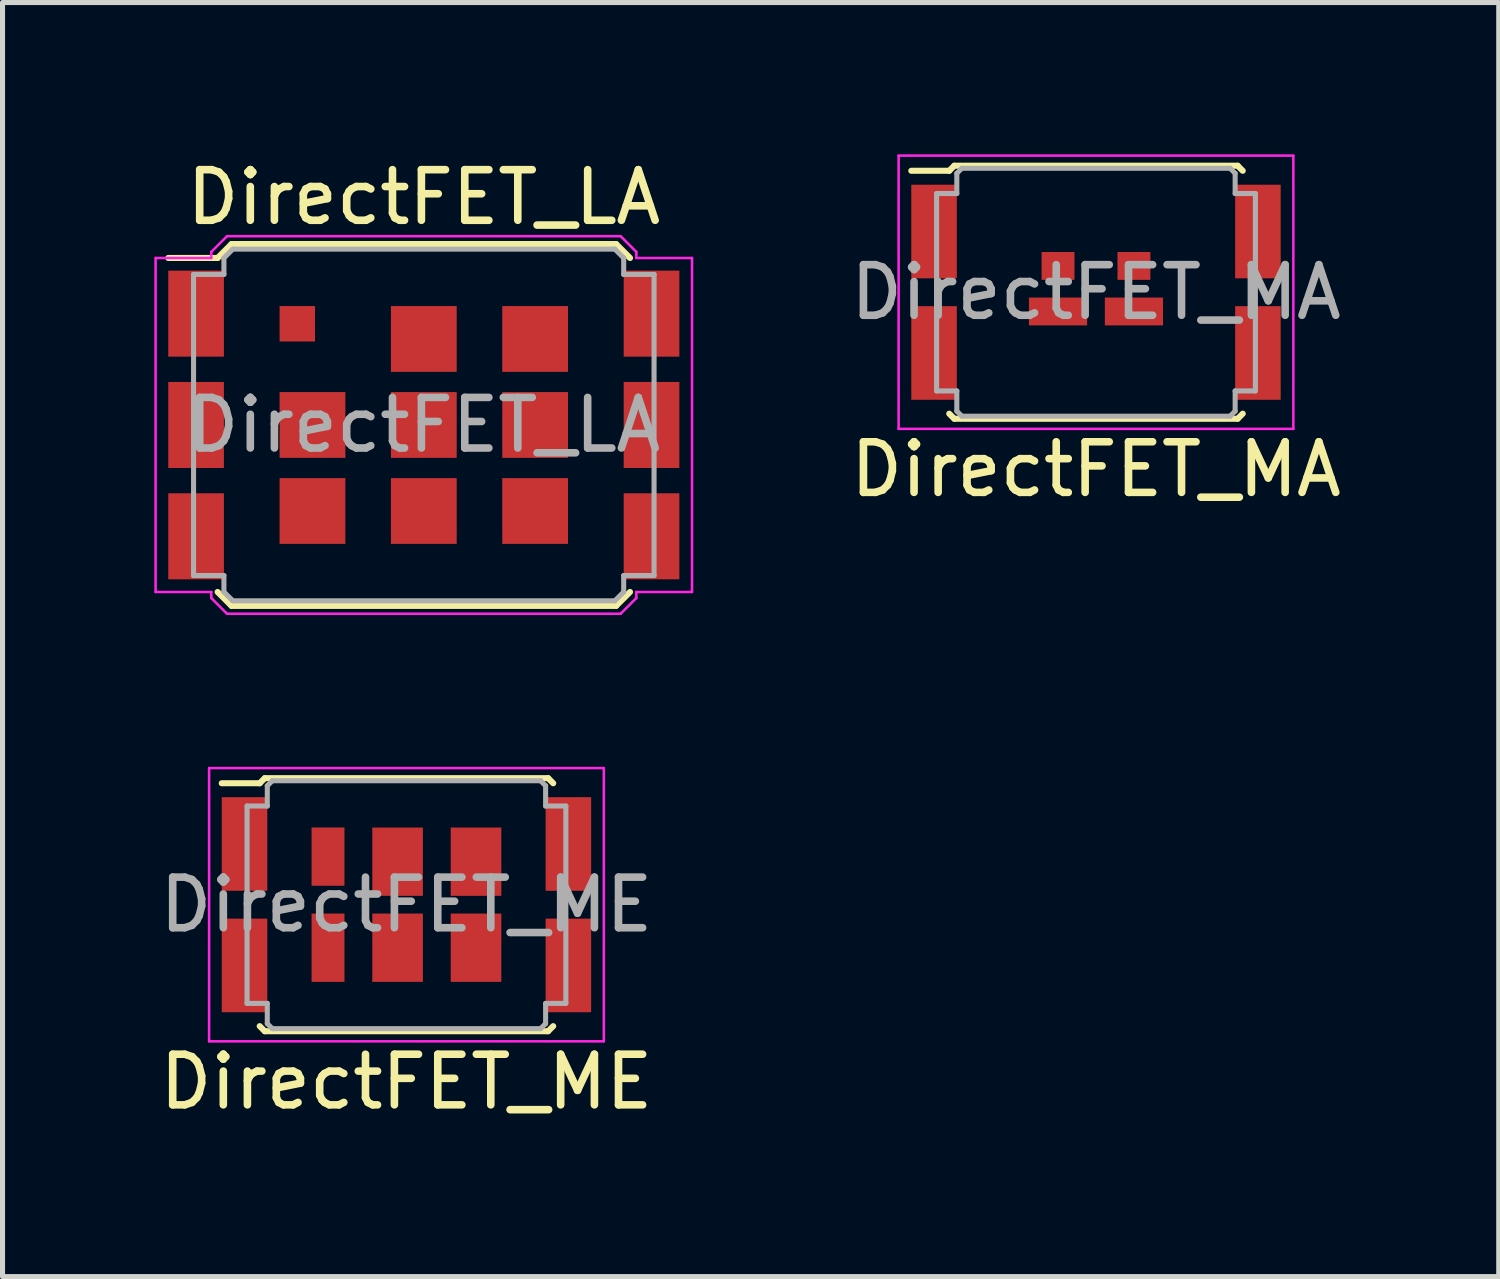
<source format=kicad_pcb>
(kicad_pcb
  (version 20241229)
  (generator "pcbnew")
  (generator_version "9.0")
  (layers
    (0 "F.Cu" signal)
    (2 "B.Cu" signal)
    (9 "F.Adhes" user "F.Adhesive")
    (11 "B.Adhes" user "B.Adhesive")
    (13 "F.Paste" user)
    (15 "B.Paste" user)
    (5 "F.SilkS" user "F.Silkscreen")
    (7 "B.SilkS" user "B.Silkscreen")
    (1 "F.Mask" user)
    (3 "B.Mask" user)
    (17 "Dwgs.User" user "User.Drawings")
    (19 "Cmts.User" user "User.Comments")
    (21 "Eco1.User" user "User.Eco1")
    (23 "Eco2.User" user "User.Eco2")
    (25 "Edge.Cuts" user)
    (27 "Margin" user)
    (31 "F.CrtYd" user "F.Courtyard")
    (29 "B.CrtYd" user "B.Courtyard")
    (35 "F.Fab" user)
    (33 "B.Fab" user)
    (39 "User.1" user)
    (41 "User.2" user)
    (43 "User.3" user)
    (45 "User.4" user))
  (footprint "DirectFET_MA"
    (layer "F.Cu")
    (at 18.608 2.725)
    (property "Reference" "DirectFET_MA" (at 0 3.5 0) (layer "F.SilkS") (effects (font (size 1 1) (thickness 0.15))))
    (attr smd)
    (fp_line (start -3.65 -2.4) (end -2.9 -2.4) (stroke (width 0.12) (type solid)) (layer "F.SilkS"))
    (fp_line (start -2.9 -2.4) (end -2.8 -2.5) (stroke (width 0.12) (type solid)) (layer "F.SilkS"))
    (fp_line (start -2.8 -2.5) (end 2.8 -2.5) (stroke (width 0.12) (type solid)) (layer "F.SilkS"))
    (fp_line (start -2.8 2.5) (end -2.9 2.4) (stroke (width 0.12) (type solid)) (layer "F.SilkS"))
    (fp_line (start 2.8 -2.5) (end 2.9 -2.4) (stroke (width 0.12) (type solid)) (layer "F.SilkS"))
    (fp_line (start 2.8 2.5) (end -2.8 2.5) (stroke (width 0.12) (type solid)) (layer "F.SilkS"))
    (fp_line (start 2.9 2.4) (end 2.8 2.5) (stroke (width 0.12) (type solid)) (layer "F.SilkS"))
    (fp_line (start -3.9 -2.7) (end -3.9 2.7) (stroke (width 0.05) (type solid)) (layer "F.CrtYd"))
    (fp_line (start -3.9 2.7) (end 3.9 2.7) (stroke (width 0.05) (type solid)) (layer "F.CrtYd"))
    (fp_line (start 3.9 -2.7) (end -3.9 -2.7) (stroke (width 0.05) (type solid)) (layer "F.CrtYd"))
    (fp_line (start 3.9 2.7) (end 3.9 -2.7) (stroke (width 0.05) (type solid)) (layer "F.CrtYd"))
    (fp_line (start -3.15 -1.95) (end -2.75 -1.95) (stroke (width 0.1) (type solid)) (layer "F.Fab"))
    (fp_line (start -3.15 1.95) (end -3.15 -1.95) (stroke (width 0.1) (type solid)) (layer "F.Fab"))
    (fp_line (start -3.15 1.95) (end -2.75 1.95) (stroke (width 0.1) (type solid)) (layer "F.Fab"))
    (fp_line (start -2.75 -2.35) (end -2.65 -2.45) (stroke (width 0.1) (type solid)) (layer "F.Fab"))
    (fp_line (start -2.75 -1.95) (end -2.75 -2.35) (stroke (width 0.1) (type solid)) (layer "F.Fab"))
    (fp_line (start -2.75 1.95) (end -2.75 2.35) (stroke (width 0.1) (type solid)) (layer "F.Fab"))
    (fp_line (start -2.75 2.35) (end -2.65 2.45) (stroke (width 0.1) (type solid)) (layer "F.Fab"))
    (fp_line (start -2.65 2.45) (end 2.65 2.45) (stroke (width 0.1) (type solid)) (layer "F.Fab"))
    (fp_line (start 2.65 -2.45) (end -2.65 -2.45) (stroke (width 0.1) (type solid)) (layer "F.Fab"))
    (fp_line (start 2.65 -2.45) (end 2.75 -2.35) (stroke (width 0.1) (type solid)) (layer "F.Fab"))
    (fp_line (start 2.75 -2.35) (end 2.75 -1.95) (stroke (width 0.1) (type solid)) (layer "F.Fab"))
    (fp_line (start 2.75 -1.95) (end 3.15 -1.95) (stroke (width 0.1) (type solid)) (layer "F.Fab"))
    (fp_line (start 2.75 1.95) (end 2.75 2.35) (stroke (width 0.1) (type solid)) (layer "F.Fab"))
    (fp_line (start 2.75 2.35) (end 2.65 2.45) (stroke (width 0.1) (type solid)) (layer "F.Fab"))
    (fp_line (start 3.15 -1.95) (end 3.15 1.95) (stroke (width 0.1) (type solid)) (layer "F.Fab"))
    (fp_line (start 3.15 1.95) (end 2.75 1.95) (stroke (width 0.1) (type solid)) (layer "F.Fab"))
    (fp_text user "${REFERENCE}" (at 0 0 0) (layer "F.Fab") (effects (font (size 1 1) (thickness 0.15))))
    (pad "1" smd rect (at -3.2 -1.2) (size 0.9 1.85) (layers "F.Cu" "F.Mask" "F.Paste"))
    (pad "1" smd rect (at -3.2 1.2) (size 0.9 1.85) (layers "F.Cu" "F.Mask" "F.Paste"))
    (pad "1" smd rect (at 3.2 -1.2) (size 0.9 1.85) (layers "F.Cu" "F.Mask" "F.Paste"))
    (pad "1" smd rect (at 3.2 1.2) (size 0.9 1.85) (layers "F.Cu" "F.Mask" "F.Paste"))
    (pad "2" smd rect (at -0.75 -0.52) (size 0.65 0.55) (layers "F.Cu" "F.Mask" "F.Paste"))
    (pad "2" smd rect (at 0.75 -0.52) (size 0.65 0.55) (layers "F.Cu" "F.Mask" "F.Paste"))
    (pad "3" smd rect (at -0.75 0.38) (size 1.15 0.55) (layers "F.Cu" "F.Mask" "F.Paste"))
    (pad "3" smd rect (at 0.75 0.38) (size 1.15 0.55) (layers "F.Cu" "F.Mask" "F.Paste")))
  (footprint "DirectFET_ME"
    (layer "F.Cu")
    (at 4.982 14.828)
    (property "Reference" "DirectFET_ME" (at 0 3.5 0) (layer "F.SilkS") (effects (font (size 1 1) (thickness 0.15))))
    (attr smd)
    (fp_line (start -3.65 -2.4) (end -2.9 -2.4) (stroke (width 0.12) (type solid)) (layer "F.SilkS"))
    (fp_line (start -2.9 -2.4) (end -2.8 -2.5) (stroke (width 0.12) (type solid)) (layer "F.SilkS"))
    (fp_line (start -2.8 -2.5) (end 2.8 -2.5) (stroke (width 0.12) (type solid)) (layer "F.SilkS"))
    (fp_line (start -2.8 2.5) (end -2.9 2.4) (stroke (width 0.12) (type solid)) (layer "F.SilkS"))
    (fp_line (start 2.8 -2.5) (end 2.9 -2.4) (stroke (width 0.12) (type solid)) (layer "F.SilkS"))
    (fp_line (start 2.8 2.5) (end -2.8 2.5) (stroke (width 0.12) (type solid)) (layer "F.SilkS"))
    (fp_line (start 2.9 2.4) (end 2.8 2.5) (stroke (width 0.12) (type solid)) (layer "F.SilkS"))
    (fp_line (start -3.9 -2.7) (end -3.9 2.7) (stroke (width 0.05) (type solid)) (layer "F.CrtYd"))
    (fp_line (start -3.9 2.7) (end 3.9 2.7) (stroke (width 0.05) (type solid)) (layer "F.CrtYd"))
    (fp_line (start 3.9 -2.7) (end -3.9 -2.7) (stroke (width 0.05) (type solid)) (layer "F.CrtYd"))
    (fp_line (start 3.9 2.7) (end 3.9 -2.7) (stroke (width 0.05) (type solid)) (layer "F.CrtYd"))
    (fp_line (start -3.15 -1.95) (end -2.75 -1.95) (stroke (width 0.1) (type solid)) (layer "F.Fab"))
    (fp_line (start -3.15 1.95) (end -3.15 -1.95) (stroke (width 0.1) (type solid)) (layer "F.Fab"))
    (fp_line (start -3.15 1.95) (end -2.75 1.95) (stroke (width 0.1) (type solid)) (layer "F.Fab"))
    (fp_line (start -2.75 -2.35) (end -2.65 -2.45) (stroke (width 0.1) (type solid)) (layer "F.Fab"))
    (fp_line (start -2.75 -1.95) (end -2.75 -2.35) (stroke (width 0.1) (type solid)) (layer "F.Fab"))
    (fp_line (start -2.75 1.95) (end -2.75 2.35) (stroke (width 0.1) (type solid)) (layer "F.Fab"))
    (fp_line (start -2.75 2.35) (end -2.65 2.45) (stroke (width 0.1) (type solid)) (layer "F.Fab"))
    (fp_line (start -2.65 2.45) (end 2.65 2.45) (stroke (width 0.1) (type solid)) (layer "F.Fab"))
    (fp_line (start 2.65 -2.45) (end -2.65 -2.45) (stroke (width 0.1) (type solid)) (layer "F.Fab"))
    (fp_line (start 2.65 -2.45) (end 2.75 -2.35) (stroke (width 0.1) (type solid)) (layer "F.Fab"))
    (fp_line (start 2.75 -2.35) (end 2.75 -1.95) (stroke (width 0.1) (type solid)) (layer "F.Fab"))
    (fp_line (start 2.75 -1.95) (end 3.15 -1.95) (stroke (width 0.1) (type solid)) (layer "F.Fab"))
    (fp_line (start 2.75 1.95) (end 2.75 2.35) (stroke (width 0.1) (type solid)) (layer "F.Fab"))
    (fp_line (start 2.75 2.35) (end 2.65 2.45) (stroke (width 0.1) (type solid)) (layer "F.Fab"))
    (fp_line (start 3.15 -1.95) (end 3.15 1.95) (stroke (width 0.1) (type solid)) (layer "F.Fab"))
    (fp_line (start 3.15 1.95) (end 2.75 1.95) (stroke (width 0.1) (type solid)) (layer "F.Fab"))
    (fp_text user "${REFERENCE}" (at 0 0 0) (layer "F.Fab") (effects (font (size 1 1) (thickness 0.15))))
    (pad "1" smd rect (at -3.2 -1.2) (size 0.9 1.85) (layers "F.Cu" "F.Mask" "F.Paste"))
    (pad "1" smd rect (at -3.2 1.2) (size 0.9 1.85) (layers "F.Cu" "F.Mask" "F.Paste"))
    (pad "1" smd rect (at 3.2 -1.2) (size 0.9 1.85) (layers "F.Cu" "F.Mask" "F.Paste"))
    (pad "1" smd rect (at 3.2 1.2) (size 0.9 1.85) (layers "F.Cu" "F.Mask" "F.Paste"))
    (pad "2" smd rect (at -1.55 -0.95) (size 0.65 1.151) (layers "F.Cu" "F.Mask" "F.Paste"))
    (pad "3" smd rect (at -1.55 0.85) (size 0.65 1.35) (layers "F.Cu" "F.Mask" "F.Paste"))
    (pad "3" smd rect (at -0.175 -0.85) (size 1 1.35) (layers "F.Cu" "F.Mask" "F.Paste"))
    (pad "3" smd rect (at -0.175 0.85) (size 1 1.35) (layers "F.Cu" "F.Mask" "F.Paste"))
    (pad "3" smd rect (at 1.375 -0.85) (size 1 1.35) (layers "F.Cu" "F.Mask" "F.Paste"))
    (pad "3" smd rect (at 1.375 0.85) (size 1 1.35) (layers "F.Cu" "F.Mask" "F.Paste")))
  (footprint "DirectFET_LA"
    (layer "F.Cu")
    (at 5.325 5.348)
    (property "Reference" "DirectFET_LA" (at 0 -4.5 0) (layer "F.SilkS") (effects (font (size 1 1) (thickness 0.15))))
    (attr smd)
    (fp_line (start -5.05 -3.3) (end -4.075 -3.3) (stroke (width 0.12) (type solid)) (layer "F.SilkS"))
    (fp_line (start -4.075 -3.3) (end -3.8 -3.575) (stroke (width 0.12) (type solid)) (layer "F.SilkS"))
    (fp_line (start -4.075 3.3) (end -3.8 3.575) (stroke (width 0.12) (type solid)) (layer "F.SilkS"))
    (fp_line (start 3.8 -3.575) (end -3.8 -3.575) (stroke (width 0.12) (type solid)) (layer "F.SilkS"))
    (fp_line (start 3.8 3.575) (end -3.8 3.575) (stroke (width 0.12) (type solid)) (layer "F.SilkS"))
    (fp_line (start 4.075 -3.3) (end 3.8 -3.575) (stroke (width 0.12) (type solid)) (layer "F.SilkS"))
    (fp_line (start 4.075 3.3) (end 3.8 3.575) (stroke (width 0.12) (type solid)) (layer "F.SilkS"))
    (fp_line (start -5.3 -3.3) (end -5.3 3.3) (stroke (width 0.05) (type solid)) (layer "F.CrtYd"))
    (fp_line (start -4.2 -3.42) (end -3.89 -3.73) (stroke (width 0.05) (type solid)) (layer "F.CrtYd"))
    (fp_line (start -4.2 -3.3) (end -5.3 -3.3) (stroke (width 0.05) (type solid)) (layer "F.CrtYd"))
    (fp_line (start -4.2 -3.3) (end -4.2 -3.42) (stroke (width 0.05) (type solid)) (layer "F.CrtYd"))
    (fp_line (start -4.2 3.3) (end -5.3 3.3) (stroke (width 0.05) (type solid)) (layer "F.CrtYd"))
    (fp_line (start -4.2 3.3) (end -4.2 3.42) (stroke (width 0.05) (type solid)) (layer "F.CrtYd"))
    (fp_line (start -4.2 3.42) (end -3.89 3.73) (stroke (width 0.05) (type solid)) (layer "F.CrtYd"))
    (fp_line (start 3.89 -3.73) (end -3.89 -3.73) (stroke (width 0.05) (type solid)) (layer "F.CrtYd"))
    (fp_line (start 3.89 3.73) (end -3.89 3.73) (stroke (width 0.05) (type solid)) (layer "F.CrtYd"))
    (fp_line (start 4.2 -3.42) (end 3.89 -3.73) (stroke (width 0.05) (type solid)) (layer "F.CrtYd"))
    (fp_line (start 4.2 -3.3) (end 4.2 -3.42) (stroke (width 0.05) (type solid)) (layer "F.CrtYd"))
    (fp_line (start 4.2 -3.3) (end 5.3 -3.3) (stroke (width 0.05) (type solid)) (layer "F.CrtYd"))
    (fp_line (start 4.2 3.3) (end 4.2 3.42) (stroke (width 0.05) (type solid)) (layer "F.CrtYd"))
    (fp_line (start 4.2 3.3) (end 5.3 3.3) (stroke (width 0.05) (type solid)) (layer "F.CrtYd"))
    (fp_line (start 4.2 3.42) (end 3.89 3.73) (stroke (width 0.05) (type solid)) (layer "F.CrtYd"))
    (fp_line (start 5.3 -3.3) (end 5.3 3.3) (stroke (width 0.05) (type solid)) (layer "F.CrtYd"))
    (fp_line (start -4.55 -2.975) (end -4.55 2.975) (stroke (width 0.1) (type solid)) (layer "F.Fab"))
    (fp_line (start -4.55 -2.975) (end -3.95 -2.975) (stroke (width 0.1) (type solid)) (layer "F.Fab"))
    (fp_line (start -4.55 2.975) (end -3.95 2.975) (stroke (width 0.1) (type solid)) (layer "F.Fab"))
    (fp_line (start -3.95 -3.3) (end -3.775 -3.475) (stroke (width 0.1) (type solid)) (layer "F.Fab"))
    (fp_line (start -3.95 -2.975) (end -3.95 -3.3) (stroke (width 0.1) (type solid)) (layer "F.Fab"))
    (fp_line (start -3.95 2.975) (end -3.95 3.3) (stroke (width 0.1) (type solid)) (layer "F.Fab"))
    (fp_line (start -3.95 3.3) (end -3.775 3.475) (stroke (width 0.1) (type solid)) (layer "F.Fab"))
    (fp_line (start 3.775 -3.475) (end -3.775 -3.475) (stroke (width 0.1) (type solid)) (layer "F.Fab"))
    (fp_line (start 3.775 3.475) (end -3.775 3.475) (stroke (width 0.1) (type solid)) (layer "F.Fab"))
    (fp_line (start 3.95 -3.3) (end 3.775 -3.475) (stroke (width 0.1) (type solid)) (layer "F.Fab"))
    (fp_line (start 3.95 -2.975) (end 3.95 -3.3) (stroke (width 0.1) (type solid)) (layer "F.Fab"))
    (fp_line (start 3.95 2.975) (end 3.95 3.3) (stroke (width 0.1) (type solid)) (layer "F.Fab"))
    (fp_line (start 3.95 3.3) (end 3.775 3.475) (stroke (width 0.1) (type solid)) (layer "F.Fab"))
    (fp_line (start 4.55 -2.975) (end 3.95 -2.975) (stroke (width 0.1) (type solid)) (layer "F.Fab"))
    (fp_line (start 4.55 -2.975) (end 4.55 2.975) (stroke (width 0.1) (type solid)) (layer "F.Fab"))
    (fp_line (start 4.55 2.975) (end 3.95 2.975) (stroke (width 0.1) (type solid)) (layer "F.Fab"))
    (fp_text user "${REFERENCE}" (at 0 0 0) (layer "F.Fab") (effects (font (size 1 1) (thickness 0.15))))
    (pad "1" smd rect (at -4.5 -2.2) (size 1.1 1.7) (layers "F.Cu" "F.Mask" "F.Paste"))
    (pad "1" smd rect (at -4.5 0) (size 1.1 1.7) (layers "F.Cu" "F.Mask" "F.Paste"))
    (pad "1" smd rect (at -4.5 2.2) (size 1.1 1.7) (layers "F.Cu" "F.Mask" "F.Paste"))
    (pad "1" smd rect (at 4.5 -2.2) (size 1.1 1.7) (layers "F.Cu" "F.Mask" "F.Paste"))
    (pad "1" smd rect (at 4.5 0) (size 1.1 1.7) (layers "F.Cu" "F.Mask" "F.Paste"))
    (pad "1" smd rect (at 4.5 2.2) (size 1.1 1.7) (layers "F.Cu" "F.Mask" "F.Paste"))
    (pad "2" smd rect (at -2.5 -2) (size 0.7 0.7) (layers "F.Cu" "F.Mask" "F.Paste"))
    (pad "3" smd rect (at -2.2 0) (size 1.3 1.3) (layers "F.Cu" "F.Mask" "F.Paste"))
    (pad "3" smd rect (at -2.2 1.7) (size 1.3 1.3) (layers "F.Cu" "F.Mask" "F.Paste"))
    (pad "3" smd rect (at 0 -1.7) (size 1.3 1.3) (layers "F.Cu" "F.Mask" "F.Paste"))
    (pad "3" smd rect (at 0 0) (size 1.3 1.3) (layers "F.Cu" "F.Mask" "F.Paste"))
    (pad "3" smd rect (at 0 1.7) (size 1.3 1.3) (layers "F.Cu" "F.Mask" "F.Paste"))
    (pad "3" smd rect (at 2.2 -1.7) (size 1.3 1.3) (layers "F.Cu" "F.Mask" "F.Paste"))
    (pad "3" smd rect (at 2.2 0) (size 1.3 1.3) (layers "F.Cu" "F.Mask" "F.Paste"))
    (pad "3" smd rect (at 2.2 1.7) (size 1.3 1.3) (layers "F.Cu" "F.Mask" "F.Paste")))
  (gr_rect
    (start -3 -3)
    (end 26.567 22.177)
    (stroke (width 0.1) (type default))
    (fill no)
    (layer "Edge.Cuts")))
</source>
